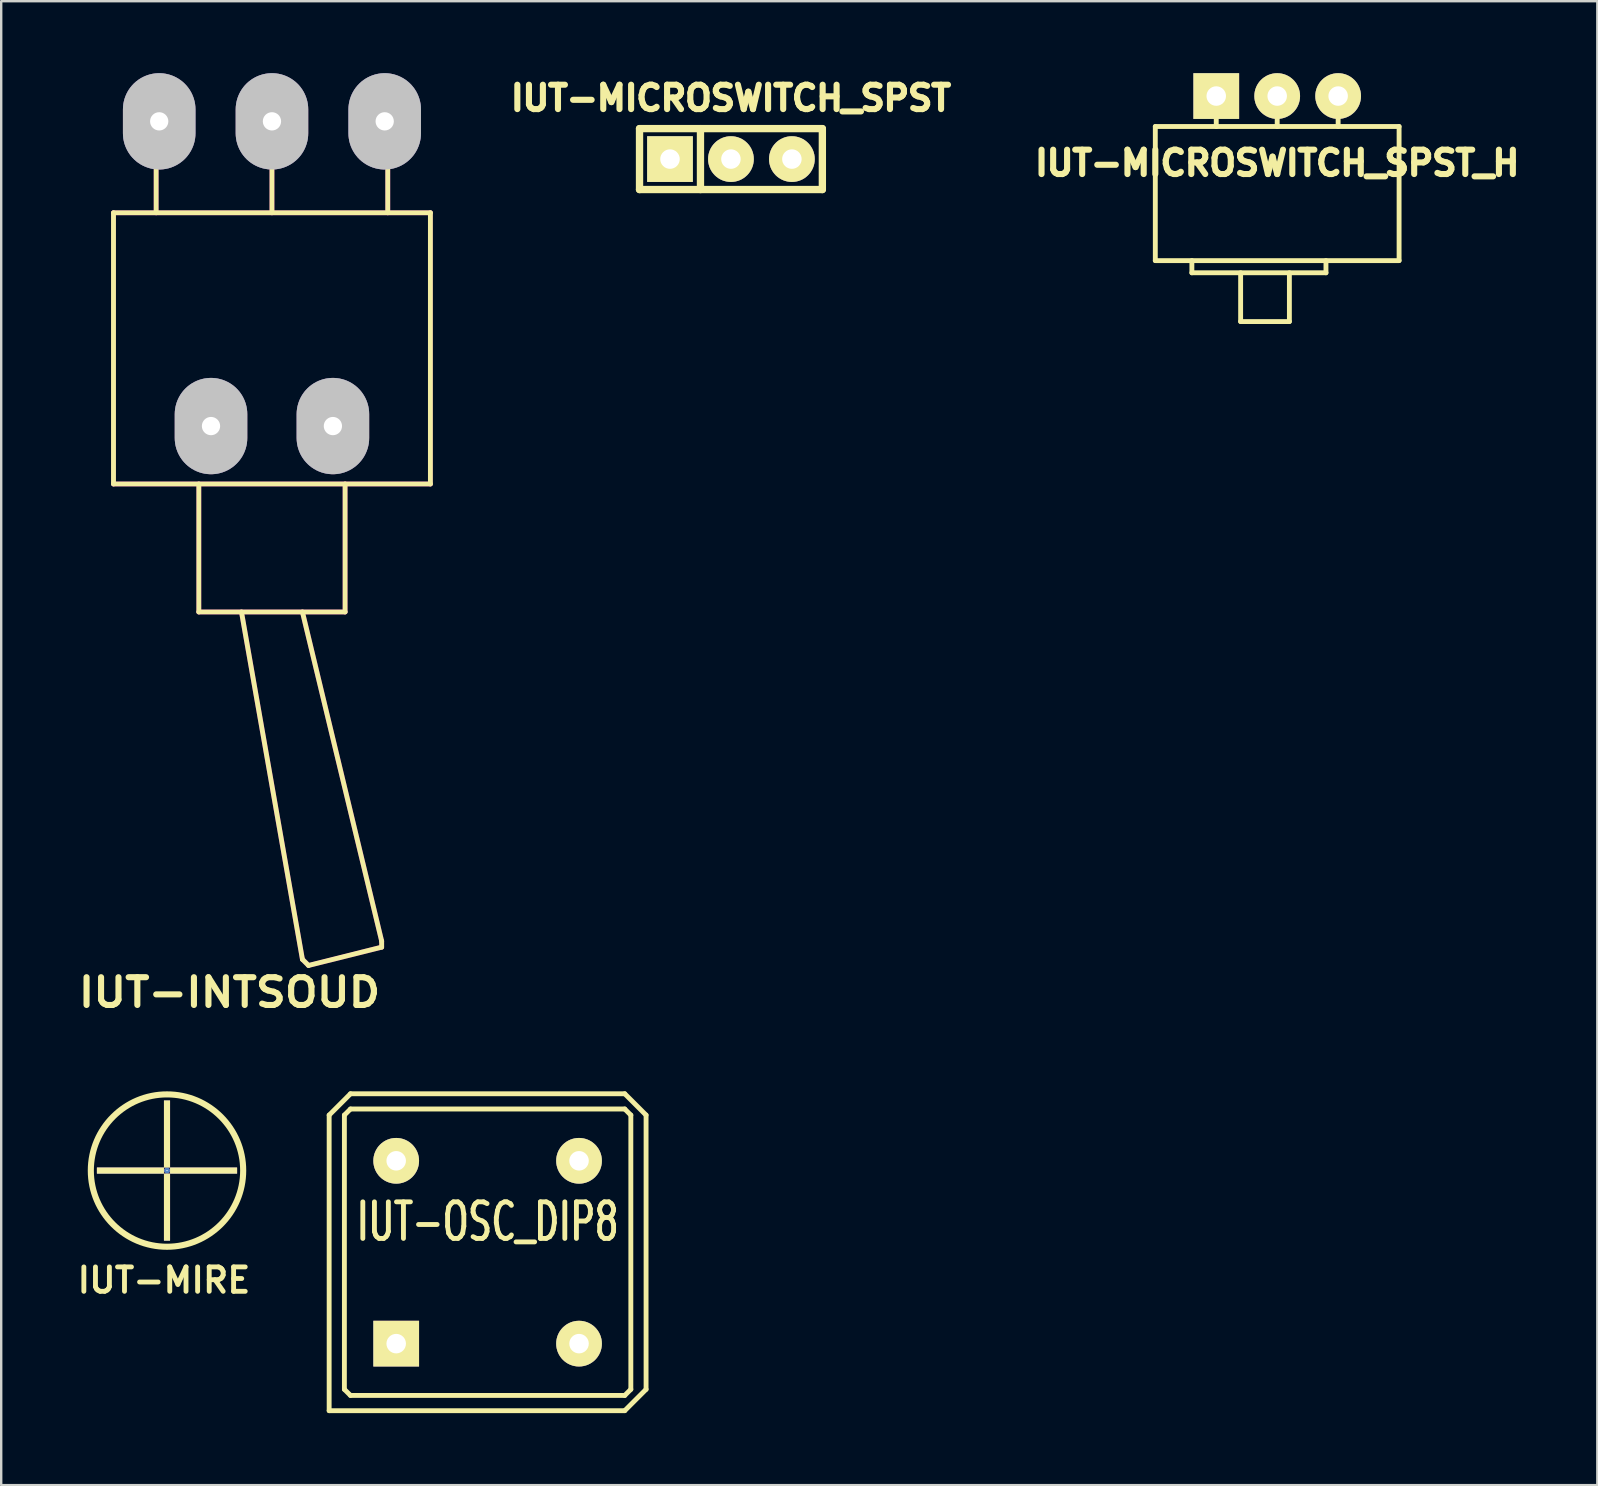
<source format=kicad_pcb>
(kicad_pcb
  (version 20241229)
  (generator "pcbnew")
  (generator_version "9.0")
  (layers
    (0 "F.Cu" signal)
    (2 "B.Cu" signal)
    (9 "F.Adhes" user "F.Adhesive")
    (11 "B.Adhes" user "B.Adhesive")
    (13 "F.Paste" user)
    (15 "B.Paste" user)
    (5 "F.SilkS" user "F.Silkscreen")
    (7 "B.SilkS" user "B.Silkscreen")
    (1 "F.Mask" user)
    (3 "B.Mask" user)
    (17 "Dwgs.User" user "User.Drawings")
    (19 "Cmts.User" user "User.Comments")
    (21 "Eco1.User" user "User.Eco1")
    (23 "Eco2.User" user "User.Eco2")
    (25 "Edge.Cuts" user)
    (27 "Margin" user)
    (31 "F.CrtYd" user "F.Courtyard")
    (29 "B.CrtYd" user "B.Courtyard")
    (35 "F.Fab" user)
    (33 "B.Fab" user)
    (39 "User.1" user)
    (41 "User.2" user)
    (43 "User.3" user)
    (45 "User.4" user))
  (footprint "IUT-MICROSWITCH_SPST"
    (layer "F.Cu")
    (at 27.413 3.58)
    (property "Reference" "IUT-MICROSWITCH_SPST" (at 0 -2.54 0) (layer "F.SilkS") (effects (font (size 1.016 1.016) (thickness 0.254))))
    (attr through_hole)
    (fp_line (start -3.81 -1.27) (end 3.81 -1.27) (stroke (width 0.305) (type solid)) (layer "F.SilkS"))
    (fp_line (start -3.81 1.27) (end -3.81 -1.27) (stroke (width 0.305) (type solid)) (layer "F.SilkS"))
    (fp_line (start -1.27 -1.27) (end -1.27 1.27) (stroke (width 0.305) (type solid)) (layer "F.SilkS"))
    (fp_line (start 3.81 -1.27) (end 3.81 1.27) (stroke (width 0.305) (type solid)) (layer "F.SilkS"))
    (fp_line (start 3.81 1.27) (end -3.81 1.27) (stroke (width 0.305) (type solid)) (layer "F.SilkS"))
    (pad "1" thru_hole rect (at -2.54 0) (size 1.905 1.905) (drill 0.813) (layers "*.Cu" "*.Mask" "F.SilkS"))
    (pad "2" thru_hole circle (at 0 0) (size 1.905 1.905) (drill 0.813) (layers "*.Cu" "*.Mask" "F.SilkS"))
    (pad "3" thru_hole circle (at 2.54 0) (size 1.905 1.905) (drill 0.813) (layers "*.Cu" "*.Mask" "F.SilkS")))
  (footprint "IUT-MICROSWITCH_SPST_H"
    (layer "F.Cu")
    (at 50.179 0.953)
    (property "Reference" "IUT-MICROSWITCH_SPST_H" (at 0 2.794 0) (layer "F.SilkS") (effects (font (size 1.016 1.016) (thickness 0.254))))
    (attr through_hole)
    (fp_line (start -5.08 1.27) (end -5.08 6.858) (stroke (width 0.203) (type solid)) (layer "F.SilkS"))
    (fp_line (start -5.08 1.27) (end 5.08 1.27) (stroke (width 0.203) (type solid)) (layer "F.SilkS"))
    (fp_line (start -3.556 6.858) (end -3.556 7.366) (stroke (width 0.203) (type solid)) (layer "F.SilkS"))
    (fp_line (start -3.556 7.366) (end 2.032 7.366) (stroke (width 0.203) (type solid)) (layer "F.SilkS"))
    (fp_line (start -2.54 0) (end -2.54 1.27) (stroke (width 0.203) (type solid)) (layer "F.SilkS"))
    (fp_line (start -1.524 7.366) (end -1.524 9.398) (stroke (width 0.203) (type solid)) (layer "F.SilkS"))
    (fp_line (start -1.524 9.398) (end 0.508 9.398) (stroke (width 0.203) (type solid)) (layer "F.SilkS"))
    (fp_line (start 0 0) (end 0 1.27) (stroke (width 0.203) (type solid)) (layer "F.SilkS"))
    (fp_line (start 0.508 7.366) (end 0.508 9.398) (stroke (width 0.203) (type solid)) (layer "F.SilkS"))
    (fp_line (start 2.032 7.366) (end 2.032 6.858) (stroke (width 0.203) (type solid)) (layer "F.SilkS"))
    (fp_line (start 2.54 0) (end 2.54 1.27) (stroke (width 0.203) (type solid)) (layer "F.SilkS"))
    (fp_line (start 5.08 1.27) (end 5.08 6.858) (stroke (width 0.203) (type solid)) (layer "F.SilkS"))
    (fp_line (start 5.08 6.858) (end -5.08 6.858) (stroke (width 0.203) (type solid)) (layer "F.SilkS"))
    (pad "1" thru_hole rect (at -2.54 0) (size 1.905 1.905) (drill 0.813) (layers "*.Cu" "*.Mask" "F.SilkS"))
    (pad "2" thru_hole circle (at 0 0) (size 1.905 1.905) (drill 0.813) (layers "*.Cu" "*.Mask" "F.SilkS"))
    (pad "3" thru_hole circle (at 2.54 0) (size 1.905 1.905) (drill 0.813) (layers "*.Cu" "*.Mask" "F.SilkS")))
  (footprint "IUT-MIRE"
    (layer "F.Cu")
    (at 3.91 45.735)
    (property "Reference" "IUT-MIRE" (at -0.127 4.572 0) (layer "F.SilkS") (effects (font (size 1.016 1.016) (thickness 0.203))))
    (attr through_hole)
    (fp_circle (center 0 0) (end 2.54 1.905) (stroke (width 0.254) (type solid)) (fill no) (layer "F.SilkS"))
    (pad "" thru_hole rect (at -1.524 0) (size 2.794 0.254) (drill 0.000001) (layers "*.Cu" "*.Mask" "F.SilkS"))
    (pad "" thru_hole rect (at 0 -1.524) (size 0.254 2.794) (drill 0.000001) (layers "*.Cu" "*.Mask" "F.SilkS"))
    (pad "" thru_hole circle (at 0 0) (size 0.254 0.254) (drill 0.051) (layers "*.Cu" "*.Mask"))
    (pad "" thru_hole rect (at 0 1.524) (size 0.254 2.794) (drill 0.000001) (layers "*.Cu" "*.Mask" "F.SilkS"))
    (pad "" thru_hole rect (at 1.524 0) (size 2.794 0.254) (drill 0.000001) (layers "*.Cu" "*.Mask" "F.SilkS")))
  (footprint "IUT-INTSOUD"
    (layer "F.Cu")
    (at 3.585 2.007)
    (property "Reference" "IUT-INTSOUD" (at 2.929 36.304 0) (layer "F.SilkS") (effects (font (size 1.156 1.27) (thickness 0.254))))
    (attr through_hole)
    (fp_line (start -1.905 3.81) (end -1.905 15.113) (stroke (width 0.203) (type solid)) (layer "F.SilkS"))
    (fp_line (start -1.905 15.113) (end 11.303 15.113) (stroke (width 0.203) (type solid)) (layer "F.SilkS"))
    (fp_line (start -0.127 3.81) (end -0.127 0) (stroke (width 0.203) (type solid)) (layer "F.SilkS"))
    (fp_line (start 1.651 20.447) (end 1.651 15.113) (stroke (width 0.203) (type solid)) (layer "F.SilkS"))
    (fp_line (start 4.699 0) (end 4.699 3.81) (stroke (width 0.203) (type solid)) (layer "F.SilkS"))
    (fp_line (start 5.969 20.447) (end 9.271 34.163) (stroke (width 0.203) (type solid)) (layer "F.SilkS"))
    (fp_line (start 5.969 34.925) (end 3.429 20.447) (stroke (width 0.203) (type solid)) (layer "F.SilkS"))
    (fp_line (start 6.223 35.179) (end 5.969 34.925) (stroke (width 0.203) (type solid)) (layer "F.SilkS"))
    (fp_line (start 7.747 15.113) (end 7.747 20.447) (stroke (width 0.203) (type solid)) (layer "F.SilkS"))
    (fp_line (start 7.747 20.447) (end 1.651 20.447) (stroke (width 0.203) (type solid)) (layer "F.SilkS"))
    (fp_line (start 9.271 34.163) (end 9.271 34.417) (stroke (width 0.203) (type solid)) (layer "F.SilkS"))
    (fp_line (start 9.271 34.417) (end 6.223 35.179) (stroke (width 0.203) (type solid)) (layer "F.SilkS"))
    (fp_line (start 9.525 0) (end 9.525 3.81) (stroke (width 0.203) (type solid)) (layer "F.SilkS"))
    (fp_line (start 11.303 3.81) (end -1.905 3.81) (stroke (width 0.203) (type solid)) (layer "F.SilkS"))
    (fp_line (start 11.303 15.113) (end 11.303 3.81) (stroke (width 0.203) (type solid)) (layer "F.SilkS"))
    (fp_line (start -1.905 3.81) (end -1.905 15.113) (stroke (width 0.203) (type solid)) (layer "F.Adhes"))
    (fp_line (start -1.905 15.113) (end 11.303 15.113) (stroke (width 0.203) (type solid)) (layer "F.Adhes"))
    (fp_line (start -0.127 3.81) (end -0.127 0) (stroke (width 0.203) (type solid)) (layer "F.Adhes"))
    (fp_line (start 1.651 20.447) (end 1.651 15.113) (stroke (width 0.203) (type solid)) (layer "F.Adhes"))
    (fp_line (start 4.699 0) (end 4.699 3.81) (stroke (width 0.203) (type solid)) (layer "F.Adhes"))
    (fp_line (start 5.969 20.447) (end 9.271 34.163) (stroke (width 0.203) (type solid)) (layer "F.Adhes"))
    (fp_line (start 5.969 34.925) (end 3.429 20.447) (stroke (width 0.203) (type solid)) (layer "F.Adhes"))
    (fp_line (start 6.223 35.179) (end 5.969 34.925) (stroke (width 0.203) (type solid)) (layer "F.Adhes"))
    (fp_line (start 7.747 15.113) (end 7.747 20.447) (stroke (width 0.203) (type solid)) (layer "F.Adhes"))
    (fp_line (start 7.747 20.447) (end 1.651 20.447) (stroke (width 0.203) (type solid)) (layer "F.Adhes"))
    (fp_line (start 9.271 34.163) (end 9.271 34.417) (stroke (width 0.203) (type solid)) (layer "F.Adhes"))
    (fp_line (start 9.271 34.417) (end 6.223 35.179) (stroke (width 0.203) (type solid)) (layer "F.Adhes"))
    (fp_line (start 9.525 0) (end 9.525 3.81) (stroke (width 0.203) (type solid)) (layer "F.Adhes"))
    (fp_line (start 11.303 3.81) (end -1.905 3.81) (stroke (width 0.203) (type solid)) (layer "F.Adhes"))
    (fp_line (start 11.303 15.113) (end 11.303 3.81) (stroke (width 0.203) (type solid)) (layer "F.Adhes"))
    (pad "1" thru_hole oval (at 0 0) (size 3.023 4.013) (drill 0.762) (layers "B.Cu" "B.Mask" "B.Adhes" "Dwgs.User" "Eco1.User"))
    (pad "2" thru_hole oval (at 4.699 0) (size 3.023 4.013) (drill 0.762) (layers "B.Cu" "B.Mask" "B.Adhes" "Dwgs.User" "Eco1.User"))
    (pad "3" thru_hole oval (at 9.398 0) (size 3.023 4.013) (drill 0.762) (layers "B.Cu" "B.Mask" "B.Adhes" "Dwgs.User" "Eco1.User"))
    (pad "x" thru_hole oval (at 2.159 12.7) (size 3.023 4.013) (drill 0.762) (layers "B.Cu" "B.Mask" "B.Adhes" "Dwgs.User" "Eco1.User"))
    (pad "x" thru_hole oval (at 7.239 12.7) (size 3.023 4.013) (drill 0.762) (layers "B.Cu" "B.Mask" "B.Adhes" "Dwgs.User" "Eco1.User")))
  (footprint "IUT-OSC_DIP8"
    (layer "F.Cu")
    (at 17.272 49.138)
    (property "Reference" "IUT-OSC_DIP8" (at 0 -1.27 0) (layer "F.SilkS") (effects (font (size 1.524 1.016) (thickness 0.203))))
    (attr through_hole)
    (fp_line (start -6.604 -5.715) (end -6.604 6.604) (stroke (width 0.203) (type solid)) (layer "F.SilkS"))
    (fp_line (start -6.604 6.604) (end 5.715 6.604) (stroke (width 0.203) (type solid)) (layer "F.SilkS"))
    (fp_line (start -5.969 -5.715) (end -5.969 5.715) (stroke (width 0.203) (type solid)) (layer "F.SilkS"))
    (fp_line (start -5.969 5.715) (end -5.715 5.969) (stroke (width 0.203) (type solid)) (layer "F.SilkS"))
    (fp_line (start -5.715 -6.604) (end -6.604 -5.715) (stroke (width 0.203) (type solid)) (layer "F.SilkS"))
    (fp_line (start -5.715 -5.969) (end -5.969 -5.715) (stroke (width 0.203) (type solid)) (layer "F.SilkS"))
    (fp_line (start -5.715 5.969) (end 5.715 5.969) (stroke (width 0.203) (type solid)) (layer "F.SilkS"))
    (fp_line (start 5.715 -6.604) (end -5.715 -6.604) (stroke (width 0.203) (type solid)) (layer "F.SilkS"))
    (fp_line (start 5.715 -5.969) (end -5.715 -5.969) (stroke (width 0.203) (type solid)) (layer "F.SilkS"))
    (fp_line (start 5.715 5.969) (end 5.969 5.715) (stroke (width 0.203) (type solid)) (layer "F.SilkS"))
    (fp_line (start 5.715 6.604) (end 6.604 5.715) (stroke (width 0.203) (type solid)) (layer "F.SilkS"))
    (fp_line (start 5.969 -5.715) (end 5.715 -5.969) (stroke (width 0.203) (type solid)) (layer "F.SilkS"))
    (fp_line (start 5.969 5.715) (end 5.969 -5.715) (stroke (width 0.203) (type solid)) (layer "F.SilkS"))
    (fp_line (start 6.604 -5.715) (end 5.715 -6.604) (stroke (width 0.203) (type solid)) (layer "F.SilkS"))
    (fp_line (start 6.604 5.715) (end 6.604 -5.715) (stroke (width 0.203) (type solid)) (layer "F.SilkS"))
    (pad "1" thru_hole rect (at -3.81 3.81) (size 1.905 1.905) (drill 0.813) (layers "*.Cu" "*.Mask" "F.SilkS"))
    (pad "4" thru_hole circle (at 3.81 3.81) (size 1.905 1.905) (drill 0.813) (layers "*.Cu" "*.Mask" "F.SilkS"))
    (pad "5" thru_hole circle (at 3.81 -3.81) (size 1.905 1.905) (drill 0.813) (layers "*.Cu" "*.Mask" "F.SilkS"))
    (pad "8" thru_hole circle (at -3.81 -3.81) (size 1.905 1.905) (drill 0.813) (layers "*.Cu" "*.Mask" "F.SilkS")))
  (gr_rect
    (start -3 -3)
    (end 63.521 58.844)
    (stroke (width 0.1) (type default))
    (fill no)
    (layer "Edge.Cuts")))
</source>
